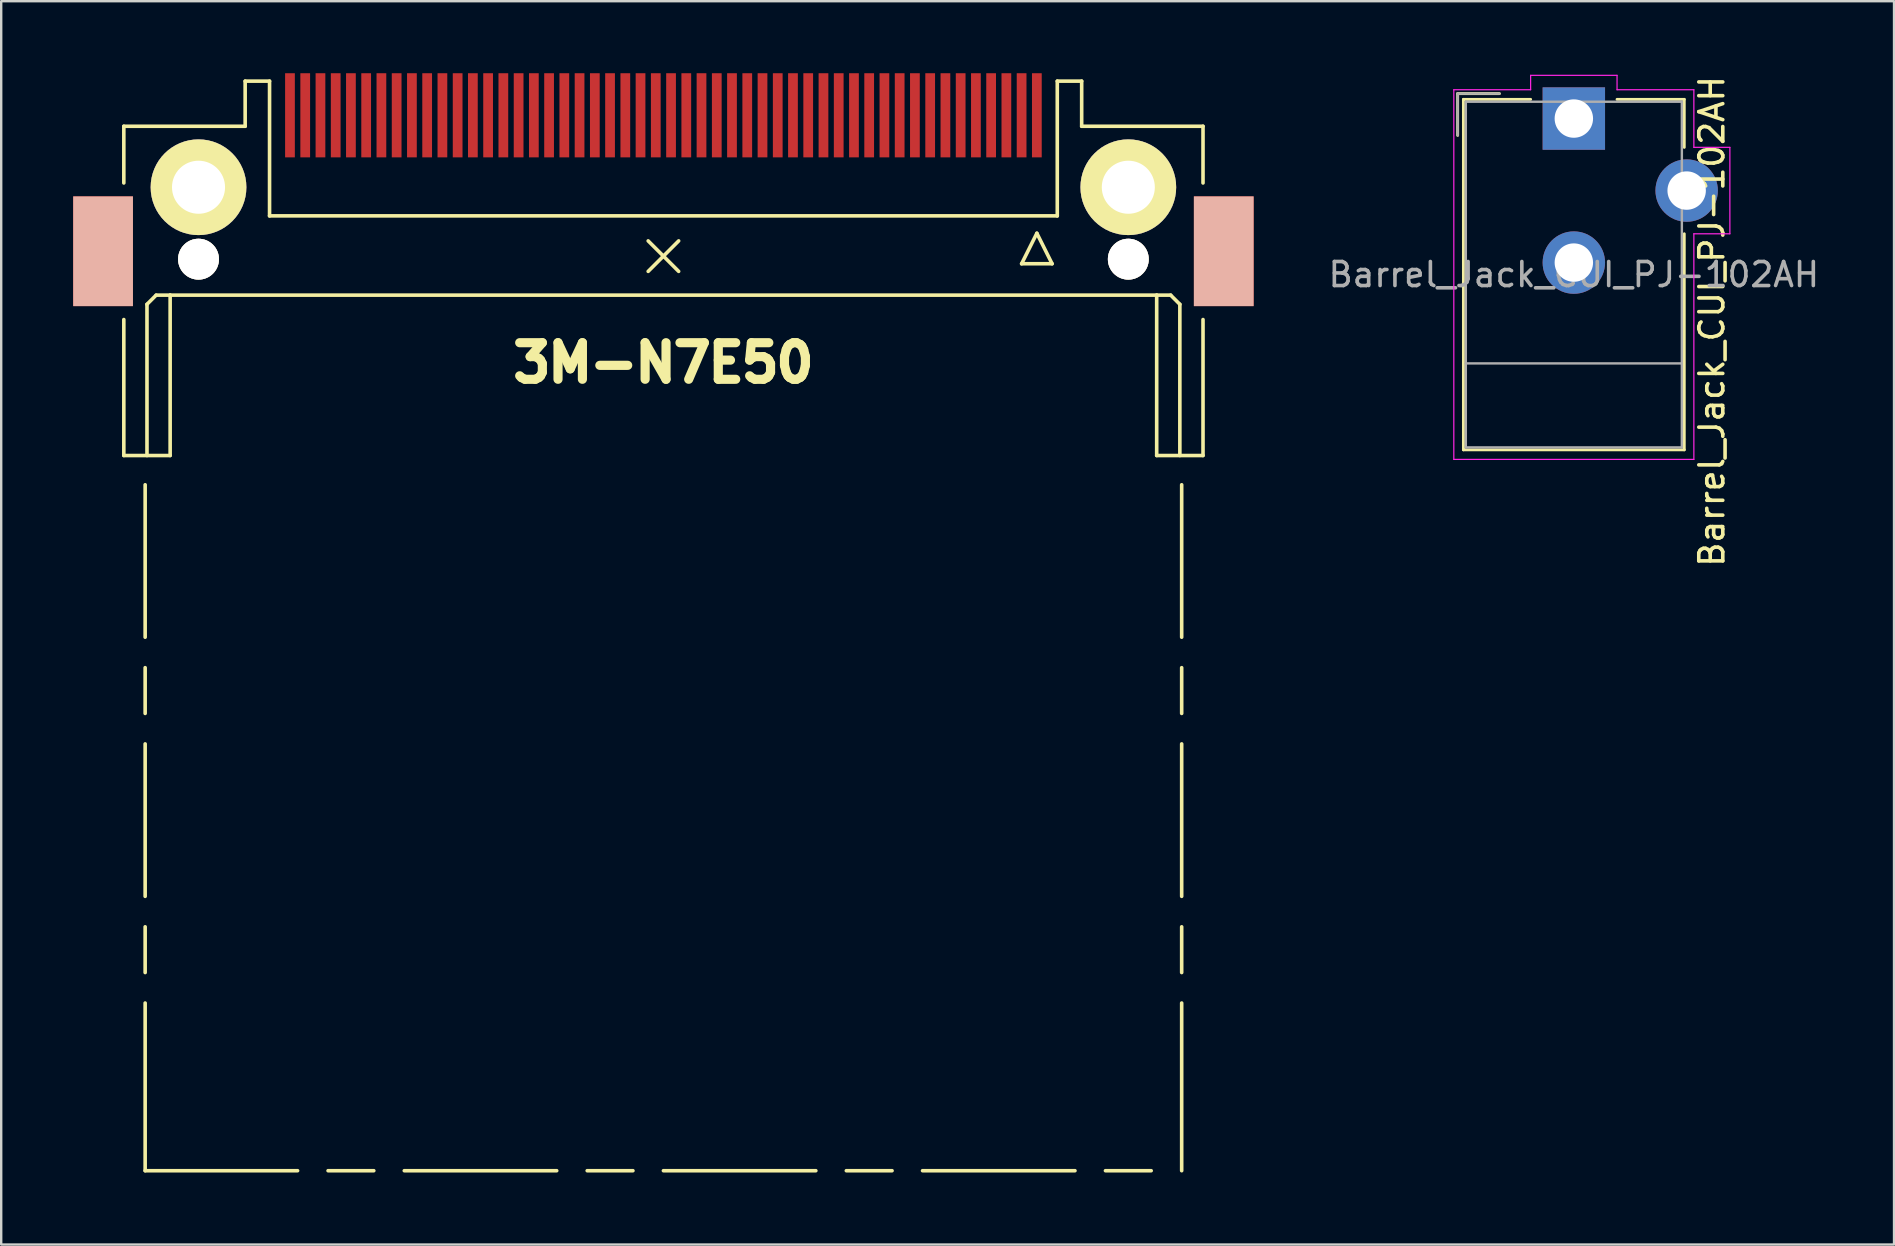
<source format=kicad_pcb>
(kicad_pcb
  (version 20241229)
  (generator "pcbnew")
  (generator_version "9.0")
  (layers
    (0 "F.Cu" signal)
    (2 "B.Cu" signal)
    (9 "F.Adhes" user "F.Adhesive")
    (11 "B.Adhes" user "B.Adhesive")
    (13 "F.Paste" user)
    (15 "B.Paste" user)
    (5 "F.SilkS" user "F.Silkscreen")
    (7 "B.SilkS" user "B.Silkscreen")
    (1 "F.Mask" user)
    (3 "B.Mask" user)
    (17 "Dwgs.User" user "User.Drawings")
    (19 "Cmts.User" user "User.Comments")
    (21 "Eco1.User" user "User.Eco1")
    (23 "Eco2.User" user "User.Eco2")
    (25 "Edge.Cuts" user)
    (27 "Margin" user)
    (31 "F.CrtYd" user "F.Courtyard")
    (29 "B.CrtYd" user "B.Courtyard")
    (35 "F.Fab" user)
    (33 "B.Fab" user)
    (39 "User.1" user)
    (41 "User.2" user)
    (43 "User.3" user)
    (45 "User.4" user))
  (footprint "Barrel_Jack_CUI_PJ-102AH"
    (layer "F.Cu")
    (at 62.514 1.889)
    (property "Reference" "Barrel_Jack_CUI_PJ-102AH" (at 5.75 8.45 90) (layer "F.SilkS") (effects (font (size 1 1) (thickness 0.15))))
    (attr through_hole)
    (fp_line (start -4.84 -1.04) (end -3.1 -1.04) (stroke (width 0.12) (type solid)) (layer "F.SilkS"))
    (fp_line (start -4.84 0.7) (end -4.84 -1.04) (stroke (width 0.12) (type solid)) (layer "F.SilkS"))
    (fp_line (start -4.6 -0.8) (end -1.8 -0.8) (stroke (width 0.12) (type solid)) (layer "F.SilkS"))
    (fp_line (start -4.6 13.8) (end -4.6 -0.8) (stroke (width 0.12) (type solid)) (layer "F.SilkS"))
    (fp_line (start 1.8 -0.8) (end 4.6 -0.8) (stroke (width 0.12) (type solid)) (layer "F.SilkS"))
    (fp_line (start 4.6 -0.8) (end 4.6 1.2) (stroke (width 0.12) (type solid)) (layer "F.SilkS"))
    (fp_line (start 4.6 4.8) (end 4.6 13.8) (stroke (width 0.12) (type solid)) (layer "F.SilkS"))
    (fp_line (start 4.6 13.8) (end -4.6 13.8) (stroke (width 0.12) (type solid)) (layer "F.SilkS"))
    (fp_line (start -5 -1.2) (end -1.8 -1.2) (stroke (width 0.05) (type solid)) (layer "F.CrtYd"))
    (fp_line (start -5 14.2) (end -5 -1.2) (stroke (width 0.05) (type solid)) (layer "F.CrtYd"))
    (fp_line (start -1.8 -1.8) (end 1.8 -1.8) (stroke (width 0.05) (type solid)) (layer "F.CrtYd"))
    (fp_line (start -1.8 -1.2) (end -1.8 -1.8) (stroke (width 0.05) (type solid)) (layer "F.CrtYd"))
    (fp_line (start 1.8 -1.8) (end 1.8 -1.2) (stroke (width 0.05) (type solid)) (layer "F.CrtYd"))
    (fp_line (start 1.8 -1.2) (end 5 -1.2) (stroke (width 0.05) (type solid)) (layer "F.CrtYd"))
    (fp_line (start 5 -1.2) (end 5 1.2) (stroke (width 0.05) (type solid)) (layer "F.CrtYd"))
    (fp_line (start 5 1.2) (end 6.5 1.2) (stroke (width 0.05) (type solid)) (layer "F.CrtYd"))
    (fp_line (start 5 4.8) (end 5 14.2) (stroke (width 0.05) (type solid)) (layer "F.CrtYd"))
    (fp_line (start 5 14.2) (end -5 14.2) (stroke (width 0.05) (type solid)) (layer "F.CrtYd"))
    (fp_line (start 6.5 1.2) (end 6.5 4.8) (stroke (width 0.05) (type solid)) (layer "F.CrtYd"))
    (fp_line (start 6.5 4.8) (end 5 4.8) (stroke (width 0.05) (type solid)) (layer "F.CrtYd"))
    (fp_line (start -4.84 -1.04) (end -3.1 -1.04) (stroke (width 0.1) (type solid)) (layer "F.Fab"))
    (fp_line (start -4.84 0.7) (end -4.84 -1.04) (stroke (width 0.1) (type solid)) (layer "F.Fab"))
    (fp_line (start -4.5 -0.7) (end 4.5 -0.7) (stroke (width 0.1) (type solid)) (layer "F.Fab"))
    (fp_line (start -4.5 10.2) (end 4.5 10.2) (stroke (width 0.1) (type solid)) (layer "F.Fab"))
    (fp_line (start -4.5 13.7) (end -4.5 -0.7) (stroke (width 0.1) (type solid)) (layer "F.Fab"))
    (fp_line (start 4.5 -0.7) (end 4.5 13.7) (stroke (width 0.1) (type solid)) (layer "F.Fab"))
    (fp_line (start 4.5 13.7) (end -4.5 13.7) (stroke (width 0.1) (type solid)) (layer "F.Fab"))
    (fp_text user "${REFERENCE}" (at 0 6.5 0) (layer "F.Fab") (effects (font (size 1 1) (thickness 0.15))))
    (pad "1" thru_hole rect (at 0 0) (size 2.6 2.6) (drill 1.6) (layers "*.Cu" "*.Mask"))
    (pad "2" thru_hole circle (at 0 6) (size 2.6 2.6) (drill 1.6) (layers "*.Cu" "*.Mask"))
    (pad "3" thru_hole circle (at 4.7 3) (size 2.6 2.6) (drill 1.6) (layers "*.Cu" "*.Mask")))
  (footprint "3M-N7E50"
    (layer "F.Cu")
    (at 24.587 7.62)
    (property "Reference" "3M-N7E50" (at 0 4.445 0) (layer "F.SilkS") (effects (font (size 1.524 1.524) (thickness 0.381))))
    (attr through_hole)
    (fp_line (start -22.479 -5.41) (end -17.424 -5.41) (stroke (width 0.15) (type solid)) (layer "F.SilkS"))
    (fp_line (start -22.479 -3.048) (end -22.479 -5.41) (stroke (width 0.15) (type solid)) (layer "F.SilkS"))
    (fp_line (start -22.479 2.642) (end -22.479 8.306) (stroke (width 0.15) (type solid)) (layer "F.SilkS"))
    (fp_line (start -22.479 8.306) (end -20.549 8.306) (stroke (width 0.15) (type solid)) (layer "F.SilkS"))
    (fp_line (start -21.59 9.525) (end -21.59 15.875) (stroke (width 0.15) (type solid)) (layer "F.SilkS"))
    (fp_line (start -21.59 17.145) (end -21.59 19.05) (stroke (width 0.15) (type solid)) (layer "F.SilkS"))
    (fp_line (start -21.59 20.32) (end -21.59 26.67) (stroke (width 0.15) (type solid)) (layer "F.SilkS"))
    (fp_line (start -21.59 27.94) (end -21.59 29.845) (stroke (width 0.15) (type solid)) (layer "F.SilkS"))
    (fp_line (start -21.59 31.115) (end -21.59 38.1) (stroke (width 0.15) (type solid)) (layer "F.SilkS"))
    (fp_line (start -21.59 38.1) (end -15.24 38.1) (stroke (width 0.15) (type solid)) (layer "F.SilkS"))
    (fp_line (start -21.514 2.007) (end -21.133 1.626) (stroke (width 0.15) (type solid)) (layer "F.SilkS"))
    (fp_line (start -21.514 8.306) (end -21.514 2.007) (stroke (width 0.15) (type solid)) (layer "F.SilkS"))
    (fp_line (start -21.133 1.626) (end -20.549 1.626) (stroke (width 0.15) (type solid)) (layer "F.SilkS"))
    (fp_line (start -20.549 1.626) (end 20.549 1.626) (stroke (width 0.15) (type solid)) (layer "F.SilkS"))
    (fp_line (start -20.549 8.306) (end -20.549 1.626) (stroke (width 0.15) (type solid)) (layer "F.SilkS"))
    (fp_line (start -17.424 -7.29) (end -16.408 -7.29) (stroke (width 0.15) (type solid)) (layer "F.SilkS"))
    (fp_line (start -17.424 -5.41) (end -17.424 -7.29) (stroke (width 0.15) (type solid)) (layer "F.SilkS"))
    (fp_line (start -16.408 -7.29) (end -16.408 -1.676) (stroke (width 0.15) (type solid)) (layer "F.SilkS"))
    (fp_line (start -16.408 -1.676) (end 16.408 -1.676) (stroke (width 0.15) (type solid)) (layer "F.SilkS"))
    (fp_line (start -13.97 38.1) (end -12.065 38.1) (stroke (width 0.15) (type solid)) (layer "F.SilkS"))
    (fp_line (start -10.795 38.1) (end -4.445 38.1) (stroke (width 0.15) (type solid)) (layer "F.SilkS"))
    (fp_line (start -3.175 38.1) (end -1.27 38.1) (stroke (width 0.15) (type solid)) (layer "F.SilkS"))
    (fp_line (start -0.635 -0.635) (end 0.635 0.635) (stroke (width 0.15) (type solid)) (layer "F.SilkS"))
    (fp_line (start 0 38.1) (end 6.35 38.1) (stroke (width 0.15) (type solid)) (layer "F.SilkS"))
    (fp_line (start 0.635 -0.635) (end -0.635 0.635) (stroke (width 0.15) (type solid)) (layer "F.SilkS"))
    (fp_line (start 7.62 38.1) (end 9.525 38.1) (stroke (width 0.15) (type solid)) (layer "F.SilkS"))
    (fp_line (start 10.795 38.1) (end 17.145 38.1) (stroke (width 0.15) (type solid)) (layer "F.SilkS"))
    (fp_line (start 14.922 0.318) (end 16.192 0.318) (stroke (width 0.15) (type solid)) (layer "F.SilkS"))
    (fp_line (start 15.557 -0.953) (end 14.922 0.318) (stroke (width 0.15) (type solid)) (layer "F.SilkS"))
    (fp_line (start 16.192 0.318) (end 15.557 -0.953) (stroke (width 0.15) (type solid)) (layer "F.SilkS"))
    (fp_line (start 16.408 -7.29) (end 17.424 -7.29) (stroke (width 0.15) (type solid)) (layer "F.SilkS"))
    (fp_line (start 16.408 -1.676) (end 16.408 -7.29) (stroke (width 0.15) (type solid)) (layer "F.SilkS"))
    (fp_line (start 17.424 -7.29) (end 17.424 -5.41) (stroke (width 0.15) (type solid)) (layer "F.SilkS"))
    (fp_line (start 17.424 -5.41) (end 22.479 -5.41) (stroke (width 0.15) (type solid)) (layer "F.SilkS"))
    (fp_line (start 18.415 38.1) (end 20.32 38.1) (stroke (width 0.15) (type solid)) (layer "F.SilkS"))
    (fp_line (start 20.549 1.626) (end 20.549 8.306) (stroke (width 0.15) (type solid)) (layer "F.SilkS"))
    (fp_line (start 20.549 8.306) (end 22.479 8.306) (stroke (width 0.15) (type solid)) (layer "F.SilkS"))
    (fp_line (start 21.133 1.626) (end 20.549 1.626) (stroke (width 0.15) (type solid)) (layer "F.SilkS"))
    (fp_line (start 21.514 2.007) (end 21.133 1.626) (stroke (width 0.15) (type solid)) (layer "F.SilkS"))
    (fp_line (start 21.514 8.306) (end 21.514 2.007) (stroke (width 0.15) (type solid)) (layer "F.SilkS"))
    (fp_line (start 21.59 9.525) (end 21.59 15.875) (stroke (width 0.15) (type solid)) (layer "F.SilkS"))
    (fp_line (start 21.59 17.145) (end 21.59 19.05) (stroke (width 0.15) (type solid)) (layer "F.SilkS"))
    (fp_line (start 21.59 20.32) (end 21.59 26.67) (stroke (width 0.15) (type solid)) (layer "F.SilkS"))
    (fp_line (start 21.59 27.94) (end 21.59 29.845) (stroke (width 0.15) (type solid)) (layer "F.SilkS"))
    (fp_line (start 21.59 31.115) (end 21.59 38.1) (stroke (width 0.15) (type solid)) (layer "F.SilkS"))
    (fp_line (start 22.479 -5.41) (end 22.479 -3.048) (stroke (width 0.15) (type solid)) (layer "F.SilkS"))
    (fp_line (start 22.479 8.306) (end 22.479 2.642) (stroke (width 0.15) (type solid)) (layer "F.SilkS"))
    (pad "" smd rect (at -23.343 -0.203) (size 2.489 4.572) (layers "F.Cu" "F.Mask" "B.SilkS" "F.Paste"))
    (pad "" thru_hole circle (at -19.367 -2.87) (size 3.988 3.988) (drill 2.21) (layers "*.Cu" "*.Mask" "F.SilkS"))
    (pad "" thru_hole circle (at -19.367 0.127) (size 1.702 1.702) (drill 1.702) (layers "*.Cu" "*.Mask" "F.SilkS"))
    (pad "" thru_hole circle (at 19.367 -2.87) (size 3.988 3.988) (drill 2.21) (layers "*.Cu" "*.Mask" "F.SilkS"))
    (pad "" thru_hole circle (at 19.367 0.127) (size 1.702 1.702) (drill 1.702) (layers "*.Cu" "*.Mask" "F.SilkS"))
    (pad "" smd rect (at 23.343 -0.203) (size 2.489 4.572) (layers "F.Cu" "F.Mask" "B.SilkS" "F.Paste"))
    (pad "1" smd rect (at 15.557 -5.867) (size 0.406 3.505) (layers "F.Cu" "F.Mask" "F.Paste"))
    (pad "2" smd rect (at 14.287 -5.867) (size 0.406 3.505) (layers "F.Cu" "F.Mask" "F.Paste"))
    (pad "3" smd rect (at 13.018 -5.867) (size 0.406 3.505) (layers "F.Cu" "F.Mask" "F.Paste"))
    (pad "4" smd rect (at 11.748 -5.867) (size 0.406 3.505) (layers "F.Cu" "F.Mask" "F.Paste"))
    (pad "5" smd rect (at 10.477 -5.867) (size 0.406 3.505) (layers "F.Cu" "F.Mask" "F.Paste"))
    (pad "6" smd rect (at 9.207 -5.867) (size 0.406 3.505) (layers "F.Cu" "F.Mask" "F.Paste"))
    (pad "7" smd rect (at 7.938 -5.867) (size 0.406 3.505) (layers "F.Cu" "F.Mask" "F.Paste"))
    (pad "8" smd rect (at 6.668 -5.867) (size 0.406 3.505) (layers "F.Cu" "F.Mask" "F.Paste"))
    (pad "9" smd rect (at 5.397 -5.867) (size 0.406 3.505) (layers "F.Cu" "F.Mask" "F.Paste"))
    (pad "10" smd rect (at 4.128 -5.867) (size 0.406 3.505) (layers "F.Cu" "F.Mask" "F.Paste"))
    (pad "11" smd rect (at 2.857 -5.867) (size 0.406 3.505) (layers "F.Cu" "F.Mask" "F.Paste"))
    (pad "12" smd rect (at 1.587 -5.867) (size 0.406 3.505) (layers "F.Cu" "F.Mask" "F.Paste"))
    (pad "13" smd rect (at 0.318 -5.867) (size 0.406 3.505) (layers "F.Cu" "F.Mask" "F.Paste"))
    (pad "14" smd rect (at -0.953 -5.867) (size 0.406 3.505) (layers "F.Cu" "F.Mask" "F.Paste"))
    (pad "15" smd rect (at -2.223 -5.867) (size 0.406 3.505) (layers "F.Cu" "F.Mask" "F.Paste"))
    (pad "16" smd rect (at -3.493 -5.867) (size 0.406 3.505) (layers "F.Cu" "F.Mask" "F.Paste"))
    (pad "17" smd rect (at -4.763 -5.867) (size 0.406 3.505) (layers "F.Cu" "F.Mask" "F.Paste"))
    (pad "18" smd rect (at -6.032 -5.867) (size 0.406 3.505) (layers "F.Cu" "F.Mask" "F.Paste"))
    (pad "19" smd rect (at -7.303 -5.867) (size 0.406 3.505) (layers "F.Cu" "F.Mask" "F.Paste"))
    (pad "20" smd rect (at -8.572 -5.867) (size 0.406 3.505) (layers "F.Cu" "F.Mask" "F.Paste"))
    (pad "21" smd rect (at -9.842 -5.867) (size 0.406 3.505) (layers "F.Cu" "F.Mask" "F.Paste"))
    (pad "22" smd rect (at -11.113 -5.867) (size 0.406 3.505) (layers "F.Cu" "F.Mask" "F.Paste"))
    (pad "23" smd rect (at -12.383 -5.867) (size 0.406 3.505) (layers "F.Cu" "F.Mask" "F.Paste"))
    (pad "24" smd rect (at -13.652 -5.867) (size 0.406 3.505) (layers "F.Cu" "F.Mask" "F.Paste"))
    (pad "25" smd rect (at -14.922 -5.867) (size 0.406 3.505) (layers "F.Cu" "F.Mask" "F.Paste"))
    (pad "26" smd rect (at 14.922 -5.867) (size 0.406 3.505) (layers "F.Cu" "F.Mask" "F.Paste"))
    (pad "27" smd rect (at 13.652 -5.867) (size 0.406 3.505) (layers "F.Cu" "F.Mask" "F.Paste"))
    (pad "28" smd rect (at 12.383 -5.867) (size 0.406 3.505) (layers "F.Cu" "F.Mask" "F.Paste"))
    (pad "29" smd rect (at 11.113 -5.867) (size 0.406 3.505) (layers "F.Cu" "F.Mask" "F.Paste"))
    (pad "30" smd rect (at 9.842 -5.867) (size 0.406 3.505) (layers "F.Cu" "F.Mask" "F.Paste"))
    (pad "31" smd rect (at 8.572 -5.867) (size 0.406 3.505) (layers "F.Cu" "F.Mask" "F.Paste"))
    (pad "32" smd rect (at 7.303 -5.867) (size 0.406 3.505) (layers "F.Cu" "F.Mask" "F.Paste"))
    (pad "33" smd rect (at 6.032 -5.867) (size 0.406 3.505) (layers "F.Cu" "F.Mask" "F.Paste"))
    (pad "34" smd rect (at 4.763 -5.867) (size 0.406 3.505) (layers "F.Cu" "F.Mask" "F.Paste"))
    (pad "35" smd rect (at 3.493 -5.867) (size 0.406 3.505) (layers "F.Cu" "F.Mask" "F.Paste"))
    (pad "36" smd rect (at 2.223 -5.867) (size 0.406 3.505) (layers "F.Cu" "F.Mask" "F.Paste"))
    (pad "37" smd rect (at 0.953 -5.867) (size 0.406 3.505) (layers "F.Cu" "F.Mask" "F.Paste"))
    (pad "38" smd rect (at -0.318 -5.867) (size 0.406 3.505) (layers "F.Cu" "F.Mask" "F.Paste"))
    (pad "39" smd rect (at -1.587 -5.867) (size 0.406 3.505) (layers "F.Cu" "F.Mask" "F.Paste"))
    (pad "40" smd rect (at -2.857 -5.867) (size 0.406 3.505) (layers "F.Cu" "F.Mask" "F.Paste"))
    (pad "41" smd rect (at -4.128 -5.867) (size 0.406 3.505) (layers "F.Cu" "F.Mask" "F.Paste"))
    (pad "42" smd rect (at -5.397 -5.867) (size 0.406 3.505) (layers "F.Cu" "F.Mask" "F.Paste"))
    (pad "43" smd rect (at -6.668 -5.867) (size 0.406 3.505) (layers "F.Cu" "F.Mask" "F.Paste"))
    (pad "44" smd rect (at -7.938 -5.867) (size 0.406 3.505) (layers "F.Cu" "F.Mask" "F.Paste"))
    (pad "45" smd rect (at -9.207 -5.867) (size 0.406 3.505) (layers "F.Cu" "F.Mask" "F.Paste"))
    (pad "46" smd rect (at -10.477 -5.867) (size 0.406 3.505) (layers "F.Cu" "F.Mask" "F.Paste"))
    (pad "47" smd rect (at -11.748 -5.867) (size 0.406 3.505) (layers "F.Cu" "F.Mask" "F.Paste"))
    (pad "48" smd rect (at -13.018 -5.867) (size 0.406 3.505) (layers "F.Cu" "F.Mask" "F.Paste"))
    (pad "49" smd rect (at -14.287 -5.867) (size 0.406 3.505) (layers "F.Cu" "F.Mask" "F.Paste"))
    (pad "50" smd rect (at -15.557 -5.867) (size 0.406 3.505) (layers "F.Cu" "F.Mask" "F.Paste")))
  (gr_rect
    (start -3 -3)
    (end 75.853 48.795)
    (stroke (width 0.1) (type default))
    (fill no)
    (layer "Edge.Cuts")))
</source>
